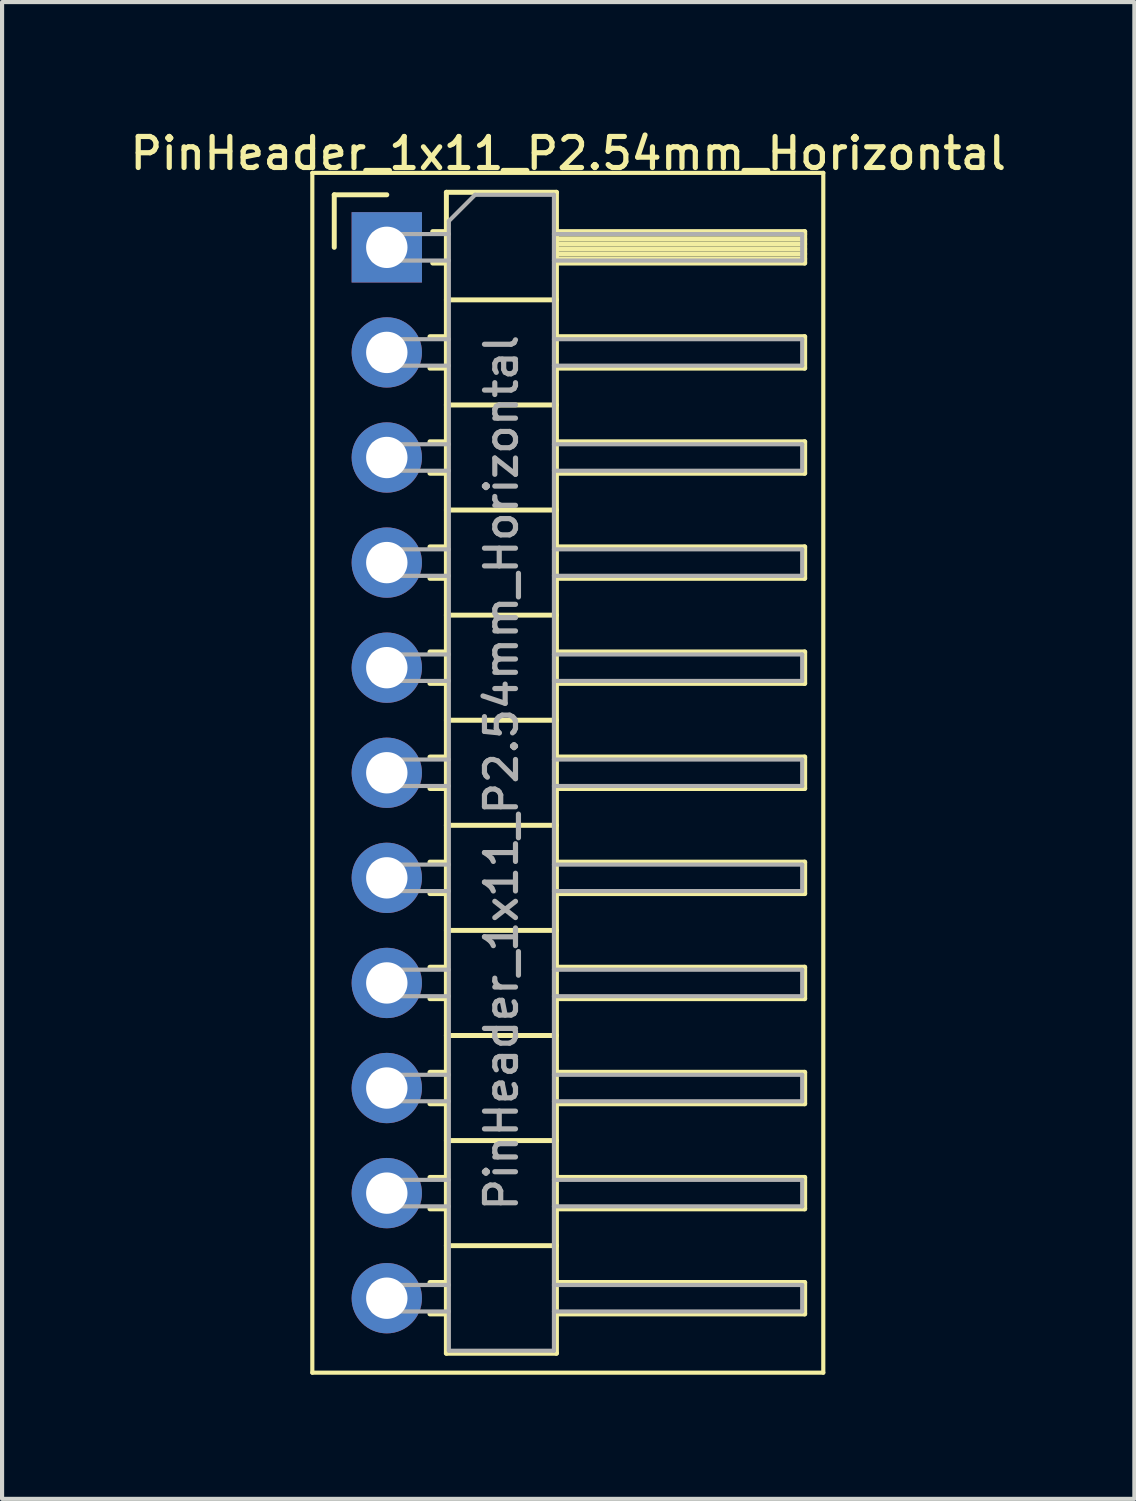
<source format=kicad_pcb>
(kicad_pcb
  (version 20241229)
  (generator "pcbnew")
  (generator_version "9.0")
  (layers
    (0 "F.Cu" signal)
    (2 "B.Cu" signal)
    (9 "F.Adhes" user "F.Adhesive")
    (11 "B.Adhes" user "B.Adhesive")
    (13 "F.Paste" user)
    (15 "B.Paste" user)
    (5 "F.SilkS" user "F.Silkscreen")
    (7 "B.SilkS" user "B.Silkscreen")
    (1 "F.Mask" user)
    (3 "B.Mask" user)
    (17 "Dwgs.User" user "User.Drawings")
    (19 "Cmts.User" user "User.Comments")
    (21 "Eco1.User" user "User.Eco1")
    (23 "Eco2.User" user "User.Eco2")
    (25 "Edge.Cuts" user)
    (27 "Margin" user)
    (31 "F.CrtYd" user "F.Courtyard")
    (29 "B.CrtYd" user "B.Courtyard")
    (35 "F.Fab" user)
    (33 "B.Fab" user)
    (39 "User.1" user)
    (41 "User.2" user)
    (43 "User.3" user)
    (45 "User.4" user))
  (footprint "PinHeader_1x11_P2.54mm_Horizontal"
    (layer "F.Cu")
    (at 6.299 2.928)
    (property "Reference" "PinHeader_1x11_P2.54mm_Horizontal" (at 4.385 -2.27 0) (layer "F.SilkS") (effects (font (size 0.75 0.75) (thickness 0.125))))
    (attr through_hole)
    (fp_line (start -1.8 -1.8) (end -1.8 27.2) (stroke (width 0.1) (type solid)) (layer "F.SilkS"))
    (fp_line (start -1.8 27.2) (end 10.55 27.2) (stroke (width 0.1) (type solid)) (layer "F.SilkS"))
    (fp_line (start -1.27 -1.27) (end 0 -1.27) (stroke (width 0.12) (type solid)) (layer "F.SilkS"))
    (fp_line (start -1.27 0) (end -1.27 -1.27) (stroke (width 0.12) (type solid)) (layer "F.SilkS"))
    (fp_line (start 1.043 2.16) (end 1.44 2.16) (stroke (width 0.12) (type solid)) (layer "F.SilkS"))
    (fp_line (start 1.043 2.92) (end 1.44 2.92) (stroke (width 0.12) (type solid)) (layer "F.SilkS"))
    (fp_line (start 1.043 4.7) (end 1.44 4.7) (stroke (width 0.12) (type solid)) (layer "F.SilkS"))
    (fp_line (start 1.043 5.46) (end 1.44 5.46) (stroke (width 0.12) (type solid)) (layer "F.SilkS"))
    (fp_line (start 1.043 7.24) (end 1.44 7.24) (stroke (width 0.12) (type solid)) (layer "F.SilkS"))
    (fp_line (start 1.043 8) (end 1.44 8) (stroke (width 0.12) (type solid)) (layer "F.SilkS"))
    (fp_line (start 1.043 9.78) (end 1.44 9.78) (stroke (width 0.12) (type solid)) (layer "F.SilkS"))
    (fp_line (start 1.043 10.54) (end 1.44 10.54) (stroke (width 0.12) (type solid)) (layer "F.SilkS"))
    (fp_line (start 1.043 12.32) (end 1.44 12.32) (stroke (width 0.12) (type solid)) (layer "F.SilkS"))
    (fp_line (start 1.043 13.08) (end 1.44 13.08) (stroke (width 0.12) (type solid)) (layer "F.SilkS"))
    (fp_line (start 1.043 14.86) (end 1.44 14.86) (stroke (width 0.12) (type solid)) (layer "F.SilkS"))
    (fp_line (start 1.043 15.62) (end 1.44 15.62) (stroke (width 0.12) (type solid)) (layer "F.SilkS"))
    (fp_line (start 1.043 17.4) (end 1.44 17.4) (stroke (width 0.12) (type solid)) (layer "F.SilkS"))
    (fp_line (start 1.043 18.16) (end 1.44 18.16) (stroke (width 0.12) (type solid)) (layer "F.SilkS"))
    (fp_line (start 1.043 19.94) (end 1.44 19.94) (stroke (width 0.12) (type solid)) (layer "F.SilkS"))
    (fp_line (start 1.043 20.7) (end 1.44 20.7) (stroke (width 0.12) (type solid)) (layer "F.SilkS"))
    (fp_line (start 1.043 22.48) (end 1.44 22.48) (stroke (width 0.12) (type solid)) (layer "F.SilkS"))
    (fp_line (start 1.043 23.24) (end 1.44 23.24) (stroke (width 0.12) (type solid)) (layer "F.SilkS"))
    (fp_line (start 1.043 25.02) (end 1.44 25.02) (stroke (width 0.12) (type solid)) (layer "F.SilkS"))
    (fp_line (start 1.043 25.78) (end 1.44 25.78) (stroke (width 0.12) (type solid)) (layer "F.SilkS"))
    (fp_line (start 1.11 -0.38) (end 1.44 -0.38) (stroke (width 0.12) (type solid)) (layer "F.SilkS"))
    (fp_line (start 1.11 0.38) (end 1.44 0.38) (stroke (width 0.12) (type solid)) (layer "F.SilkS"))
    (fp_line (start 1.44 -1.33) (end 1.44 26.73) (stroke (width 0.12) (type solid)) (layer "F.SilkS"))
    (fp_line (start 1.44 1.27) (end 4.1 1.27) (stroke (width 0.12) (type solid)) (layer "F.SilkS"))
    (fp_line (start 1.44 3.81) (end 4.1 3.81) (stroke (width 0.12) (type solid)) (layer "F.SilkS"))
    (fp_line (start 1.44 6.35) (end 4.1 6.35) (stroke (width 0.12) (type solid)) (layer "F.SilkS"))
    (fp_line (start 1.44 8.89) (end 4.1 8.89) (stroke (width 0.12) (type solid)) (layer "F.SilkS"))
    (fp_line (start 1.44 11.43) (end 4.1 11.43) (stroke (width 0.12) (type solid)) (layer "F.SilkS"))
    (fp_line (start 1.44 13.97) (end 4.1 13.97) (stroke (width 0.12) (type solid)) (layer "F.SilkS"))
    (fp_line (start 1.44 16.51) (end 4.1 16.51) (stroke (width 0.12) (type solid)) (layer "F.SilkS"))
    (fp_line (start 1.44 19.05) (end 4.1 19.05) (stroke (width 0.12) (type solid)) (layer "F.SilkS"))
    (fp_line (start 1.44 21.59) (end 4.1 21.59) (stroke (width 0.12) (type solid)) (layer "F.SilkS"))
    (fp_line (start 1.44 24.13) (end 4.1 24.13) (stroke (width 0.12) (type solid)) (layer "F.SilkS"))
    (fp_line (start 1.44 26.73) (end 4.1 26.73) (stroke (width 0.12) (type solid)) (layer "F.SilkS"))
    (fp_line (start 4.1 -1.33) (end 1.44 -1.33) (stroke (width 0.12) (type solid)) (layer "F.SilkS"))
    (fp_line (start 4.1 -0.38) (end 10.1 -0.38) (stroke (width 0.12) (type solid)) (layer "F.SilkS"))
    (fp_line (start 4.1 -0.32) (end 10.1 -0.32) (stroke (width 0.12) (type solid)) (layer "F.SilkS"))
    (fp_line (start 4.1 -0.2) (end 10.1 -0.2) (stroke (width 0.12) (type solid)) (layer "F.SilkS"))
    (fp_line (start 4.1 -0.08) (end 10.1 -0.08) (stroke (width 0.12) (type solid)) (layer "F.SilkS"))
    (fp_line (start 4.1 0.04) (end 10.1 0.04) (stroke (width 0.12) (type solid)) (layer "F.SilkS"))
    (fp_line (start 4.1 0.16) (end 10.1 0.16) (stroke (width 0.12) (type solid)) (layer "F.SilkS"))
    (fp_line (start 4.1 0.28) (end 10.1 0.28) (stroke (width 0.12) (type solid)) (layer "F.SilkS"))
    (fp_line (start 4.1 2.16) (end 10.1 2.16) (stroke (width 0.12) (type solid)) (layer "F.SilkS"))
    (fp_line (start 4.1 4.7) (end 10.1 4.7) (stroke (width 0.12) (type solid)) (layer "F.SilkS"))
    (fp_line (start 4.1 7.24) (end 10.1 7.24) (stroke (width 0.12) (type solid)) (layer "F.SilkS"))
    (fp_line (start 4.1 9.78) (end 10.1 9.78) (stroke (width 0.12) (type solid)) (layer "F.SilkS"))
    (fp_line (start 4.1 12.32) (end 10.1 12.32) (stroke (width 0.12) (type solid)) (layer "F.SilkS"))
    (fp_line (start 4.1 14.86) (end 10.1 14.86) (stroke (width 0.12) (type solid)) (layer "F.SilkS"))
    (fp_line (start 4.1 17.4) (end 10.1 17.4) (stroke (width 0.12) (type solid)) (layer "F.SilkS"))
    (fp_line (start 4.1 19.94) (end 10.1 19.94) (stroke (width 0.12) (type solid)) (layer "F.SilkS"))
    (fp_line (start 4.1 22.48) (end 10.1 22.48) (stroke (width 0.12) (type solid)) (layer "F.SilkS"))
    (fp_line (start 4.1 25.02) (end 10.1 25.02) (stroke (width 0.12) (type solid)) (layer "F.SilkS"))
    (fp_line (start 4.1 26.73) (end 4.1 -1.33) (stroke (width 0.12) (type solid)) (layer "F.SilkS"))
    (fp_line (start 10.1 -0.38) (end 10.1 0.38) (stroke (width 0.12) (type solid)) (layer "F.SilkS"))
    (fp_line (start 10.1 0.38) (end 4.1 0.38) (stroke (width 0.12) (type solid)) (layer "F.SilkS"))
    (fp_line (start 10.1 2.16) (end 10.1 2.92) (stroke (width 0.12) (type solid)) (layer "F.SilkS"))
    (fp_line (start 10.1 2.92) (end 4.1 2.92) (stroke (width 0.12) (type solid)) (layer "F.SilkS"))
    (fp_line (start 10.1 4.7) (end 10.1 5.46) (stroke (width 0.12) (type solid)) (layer "F.SilkS"))
    (fp_line (start 10.1 5.46) (end 4.1 5.46) (stroke (width 0.12) (type solid)) (layer "F.SilkS"))
    (fp_line (start 10.1 7.24) (end 10.1 8) (stroke (width 0.12) (type solid)) (layer "F.SilkS"))
    (fp_line (start 10.1 8) (end 4.1 8) (stroke (width 0.12) (type solid)) (layer "F.SilkS"))
    (fp_line (start 10.1 9.78) (end 10.1 10.54) (stroke (width 0.12) (type solid)) (layer "F.SilkS"))
    (fp_line (start 10.1 10.54) (end 4.1 10.54) (stroke (width 0.12) (type solid)) (layer "F.SilkS"))
    (fp_line (start 10.1 12.32) (end 10.1 13.08) (stroke (width 0.12) (type solid)) (layer "F.SilkS"))
    (fp_line (start 10.1 13.08) (end 4.1 13.08) (stroke (width 0.12) (type solid)) (layer "F.SilkS"))
    (fp_line (start 10.1 14.86) (end 10.1 15.62) (stroke (width 0.12) (type solid)) (layer "F.SilkS"))
    (fp_line (start 10.1 15.62) (end 4.1 15.62) (stroke (width 0.12) (type solid)) (layer "F.SilkS"))
    (fp_line (start 10.1 17.4) (end 10.1 18.16) (stroke (width 0.12) (type solid)) (layer "F.SilkS"))
    (fp_line (start 10.1 18.16) (end 4.1 18.16) (stroke (width 0.12) (type solid)) (layer "F.SilkS"))
    (fp_line (start 10.1 19.94) (end 10.1 20.7) (stroke (width 0.12) (type solid)) (layer "F.SilkS"))
    (fp_line (start 10.1 20.7) (end 4.1 20.7) (stroke (width 0.12) (type solid)) (layer "F.SilkS"))
    (fp_line (start 10.1 22.48) (end 10.1 23.24) (stroke (width 0.12) (type solid)) (layer "F.SilkS"))
    (fp_line (start 10.1 23.24) (end 4.1 23.24) (stroke (width 0.12) (type solid)) (layer "F.SilkS"))
    (fp_line (start 10.1 25.02) (end 10.1 25.78) (stroke (width 0.12) (type solid)) (layer "F.SilkS"))
    (fp_line (start 10.1 25.78) (end 4.1 25.78) (stroke (width 0.12) (type solid)) (layer "F.SilkS"))
    (fp_line (start 10.55 -1.8) (end -1.8 -1.8) (stroke (width 0.1) (type solid)) (layer "F.SilkS"))
    (fp_line (start 10.55 27.2) (end 10.55 -1.8) (stroke (width 0.1) (type solid)) (layer "F.SilkS"))
    (fp_line (start -0.32 -0.32) (end -0.32 0.32) (stroke (width 0.1) (type solid)) (layer "F.Fab"))
    (fp_line (start -0.32 -0.32) (end 1.5 -0.32) (stroke (width 0.1) (type solid)) (layer "F.Fab"))
    (fp_line (start -0.32 0.32) (end 1.5 0.32) (stroke (width 0.1) (type solid)) (layer "F.Fab"))
    (fp_line (start -0.32 2.22) (end -0.32 2.86) (stroke (width 0.1) (type solid)) (layer "F.Fab"))
    (fp_line (start -0.32 2.22) (end 1.5 2.22) (stroke (width 0.1) (type solid)) (layer "F.Fab"))
    (fp_line (start -0.32 2.86) (end 1.5 2.86) (stroke (width 0.1) (type solid)) (layer "F.Fab"))
    (fp_line (start -0.32 4.76) (end -0.32 5.4) (stroke (width 0.1) (type solid)) (layer "F.Fab"))
    (fp_line (start -0.32 4.76) (end 1.5 4.76) (stroke (width 0.1) (type solid)) (layer "F.Fab"))
    (fp_line (start -0.32 5.4) (end 1.5 5.4) (stroke (width 0.1) (type solid)) (layer "F.Fab"))
    (fp_line (start -0.32 7.3) (end -0.32 7.94) (stroke (width 0.1) (type solid)) (layer "F.Fab"))
    (fp_line (start -0.32 7.3) (end 1.5 7.3) (stroke (width 0.1) (type solid)) (layer "F.Fab"))
    (fp_line (start -0.32 7.94) (end 1.5 7.94) (stroke (width 0.1) (type solid)) (layer "F.Fab"))
    (fp_line (start -0.32 9.84) (end -0.32 10.48) (stroke (width 0.1) (type solid)) (layer "F.Fab"))
    (fp_line (start -0.32 9.84) (end 1.5 9.84) (stroke (width 0.1) (type solid)) (layer "F.Fab"))
    (fp_line (start -0.32 10.48) (end 1.5 10.48) (stroke (width 0.1) (type solid)) (layer "F.Fab"))
    (fp_line (start -0.32 12.38) (end -0.32 13.02) (stroke (width 0.1) (type solid)) (layer "F.Fab"))
    (fp_line (start -0.32 12.38) (end 1.5 12.38) (stroke (width 0.1) (type solid)) (layer "F.Fab"))
    (fp_line (start -0.32 13.02) (end 1.5 13.02) (stroke (width 0.1) (type solid)) (layer "F.Fab"))
    (fp_line (start -0.32 14.92) (end -0.32 15.56) (stroke (width 0.1) (type solid)) (layer "F.Fab"))
    (fp_line (start -0.32 14.92) (end 1.5 14.92) (stroke (width 0.1) (type solid)) (layer "F.Fab"))
    (fp_line (start -0.32 15.56) (end 1.5 15.56) (stroke (width 0.1) (type solid)) (layer "F.Fab"))
    (fp_line (start -0.32 17.46) (end -0.32 18.1) (stroke (width 0.1) (type solid)) (layer "F.Fab"))
    (fp_line (start -0.32 17.46) (end 1.5 17.46) (stroke (width 0.1) (type solid)) (layer "F.Fab"))
    (fp_line (start -0.32 18.1) (end 1.5 18.1) (stroke (width 0.1) (type solid)) (layer "F.Fab"))
    (fp_line (start -0.32 20) (end -0.32 20.64) (stroke (width 0.1) (type solid)) (layer "F.Fab"))
    (fp_line (start -0.32 20) (end 1.5 20) (stroke (width 0.1) (type solid)) (layer "F.Fab"))
    (fp_line (start -0.32 20.64) (end 1.5 20.64) (stroke (width 0.1) (type solid)) (layer "F.Fab"))
    (fp_line (start -0.32 22.54) (end -0.32 23.18) (stroke (width 0.1) (type solid)) (layer "F.Fab"))
    (fp_line (start -0.32 22.54) (end 1.5 22.54) (stroke (width 0.1) (type solid)) (layer "F.Fab"))
    (fp_line (start -0.32 23.18) (end 1.5 23.18) (stroke (width 0.1) (type solid)) (layer "F.Fab"))
    (fp_line (start -0.32 25.08) (end -0.32 25.72) (stroke (width 0.1) (type solid)) (layer "F.Fab"))
    (fp_line (start -0.32 25.08) (end 1.5 25.08) (stroke (width 0.1) (type solid)) (layer "F.Fab"))
    (fp_line (start -0.32 25.72) (end 1.5 25.72) (stroke (width 0.1) (type solid)) (layer "F.Fab"))
    (fp_line (start 1.5 -0.635) (end 2.135 -1.27) (stroke (width 0.1) (type solid)) (layer "F.Fab"))
    (fp_line (start 1.5 26.67) (end 1.5 -0.635) (stroke (width 0.1) (type solid)) (layer "F.Fab"))
    (fp_line (start 2.135 -1.27) (end 4.04 -1.27) (stroke (width 0.1) (type solid)) (layer "F.Fab"))
    (fp_line (start 4.04 -1.27) (end 4.04 26.67) (stroke (width 0.1) (type solid)) (layer "F.Fab"))
    (fp_line (start 4.04 -0.32) (end 10.04 -0.32) (stroke (width 0.1) (type solid)) (layer "F.Fab"))
    (fp_line (start 4.04 0.32) (end 10.04 0.32) (stroke (width 0.1) (type solid)) (layer "F.Fab"))
    (fp_line (start 4.04 2.22) (end 10.04 2.22) (stroke (width 0.1) (type solid)) (layer "F.Fab"))
    (fp_line (start 4.04 2.86) (end 10.04 2.86) (stroke (width 0.1) (type solid)) (layer "F.Fab"))
    (fp_line (start 4.04 4.76) (end 10.04 4.76) (stroke (width 0.1) (type solid)) (layer "F.Fab"))
    (fp_line (start 4.04 5.4) (end 10.04 5.4) (stroke (width 0.1) (type solid)) (layer "F.Fab"))
    (fp_line (start 4.04 7.3) (end 10.04 7.3) (stroke (width 0.1) (type solid)) (layer "F.Fab"))
    (fp_line (start 4.04 7.94) (end 10.04 7.94) (stroke (width 0.1) (type solid)) (layer "F.Fab"))
    (fp_line (start 4.04 9.84) (end 10.04 9.84) (stroke (width 0.1) (type solid)) (layer "F.Fab"))
    (fp_line (start 4.04 10.48) (end 10.04 10.48) (stroke (width 0.1) (type solid)) (layer "F.Fab"))
    (fp_line (start 4.04 12.38) (end 10.04 12.38) (stroke (width 0.1) (type solid)) (layer "F.Fab"))
    (fp_line (start 4.04 13.02) (end 10.04 13.02) (stroke (width 0.1) (type solid)) (layer "F.Fab"))
    (fp_line (start 4.04 14.92) (end 10.04 14.92) (stroke (width 0.1) (type solid)) (layer "F.Fab"))
    (fp_line (start 4.04 15.56) (end 10.04 15.56) (stroke (width 0.1) (type solid)) (layer "F.Fab"))
    (fp_line (start 4.04 17.46) (end 10.04 17.46) (stroke (width 0.1) (type solid)) (layer "F.Fab"))
    (fp_line (start 4.04 18.1) (end 10.04 18.1) (stroke (width 0.1) (type solid)) (layer "F.Fab"))
    (fp_line (start 4.04 20) (end 10.04 20) (stroke (width 0.1) (type solid)) (layer "F.Fab"))
    (fp_line (start 4.04 20.64) (end 10.04 20.64) (stroke (width 0.1) (type solid)) (layer "F.Fab"))
    (fp_line (start 4.04 22.54) (end 10.04 22.54) (stroke (width 0.1) (type solid)) (layer "F.Fab"))
    (fp_line (start 4.04 23.18) (end 10.04 23.18) (stroke (width 0.1) (type solid)) (layer "F.Fab"))
    (fp_line (start 4.04 25.08) (end 10.04 25.08) (stroke (width 0.1) (type solid)) (layer "F.Fab"))
    (fp_line (start 4.04 25.72) (end 10.04 25.72) (stroke (width 0.1) (type solid)) (layer "F.Fab"))
    (fp_line (start 4.04 26.67) (end 1.5 26.67) (stroke (width 0.1) (type solid)) (layer "F.Fab"))
    (fp_line (start 10.04 -0.32) (end 10.04 0.32) (stroke (width 0.1) (type solid)) (layer "F.Fab"))
    (fp_line (start 10.04 2.22) (end 10.04 2.86) (stroke (width 0.1) (type solid)) (layer "F.Fab"))
    (fp_line (start 10.04 4.76) (end 10.04 5.4) (stroke (width 0.1) (type solid)) (layer "F.Fab"))
    (fp_line (start 10.04 7.3) (end 10.04 7.94) (stroke (width 0.1) (type solid)) (layer "F.Fab"))
    (fp_line (start 10.04 9.84) (end 10.04 10.48) (stroke (width 0.1) (type solid)) (layer "F.Fab"))
    (fp_line (start 10.04 12.38) (end 10.04 13.02) (stroke (width 0.1) (type solid)) (layer "F.Fab"))
    (fp_line (start 10.04 14.92) (end 10.04 15.56) (stroke (width 0.1) (type solid)) (layer "F.Fab"))
    (fp_line (start 10.04 17.46) (end 10.04 18.1) (stroke (width 0.1) (type solid)) (layer "F.Fab"))
    (fp_line (start 10.04 20) (end 10.04 20.64) (stroke (width 0.1) (type solid)) (layer "F.Fab"))
    (fp_line (start 10.04 22.54) (end 10.04 23.18) (stroke (width 0.1) (type solid)) (layer "F.Fab"))
    (fp_line (start 10.04 25.08) (end 10.04 25.72) (stroke (width 0.1) (type solid)) (layer "F.Fab"))
    (fp_text user "${REFERENCE}" (at 2.77 12.7 90) (layer "F.Fab") (effects (font (size 0.75 0.75) (thickness 0.125))))
    (pad "1" thru_hole rect (at 0 0) (size 1.7 1.7) (drill 1) (layers "*.Cu" "*.Mask"))
    (pad "2" thru_hole oval (at 0 2.54) (size 1.7 1.7) (drill 1) (layers "*.Cu" "*.Mask"))
    (pad "3" thru_hole oval (at 0 5.08) (size 1.7 1.7) (drill 1) (layers "*.Cu" "*.Mask"))
    (pad "4" thru_hole oval (at 0 7.62) (size 1.7 1.7) (drill 1) (layers "*.Cu" "*.Mask"))
    (pad "5" thru_hole oval (at 0 10.16) (size 1.7 1.7) (drill 1) (layers "*.Cu" "*.Mask"))
    (pad "6" thru_hole oval (at 0 12.7) (size 1.7 1.7) (drill 1) (layers "*.Cu" "*.Mask"))
    (pad "7" thru_hole oval (at 0 15.24) (size 1.7 1.7) (drill 1) (layers "*.Cu" "*.Mask"))
    (pad "8" thru_hole oval (at 0 17.78) (size 1.7 1.7) (drill 1) (layers "*.Cu" "*.Mask"))
    (pad "9" thru_hole oval (at 0 20.32) (size 1.7 1.7) (drill 1) (layers "*.Cu" "*.Mask"))
    (pad "10" thru_hole oval (at 0 22.86) (size 1.7 1.7) (drill 1) (layers "*.Cu" "*.Mask"))
    (pad "11" thru_hole oval (at 0 25.4) (size 1.7 1.7) (drill 1) (layers "*.Cu" "*.Mask")))
  (gr_rect
    (start -3 -3)
    (end 24.368 33.178)
    (stroke (width 0.1) (type default))
    (fill no)
    (layer "Edge.Cuts")))
</source>
